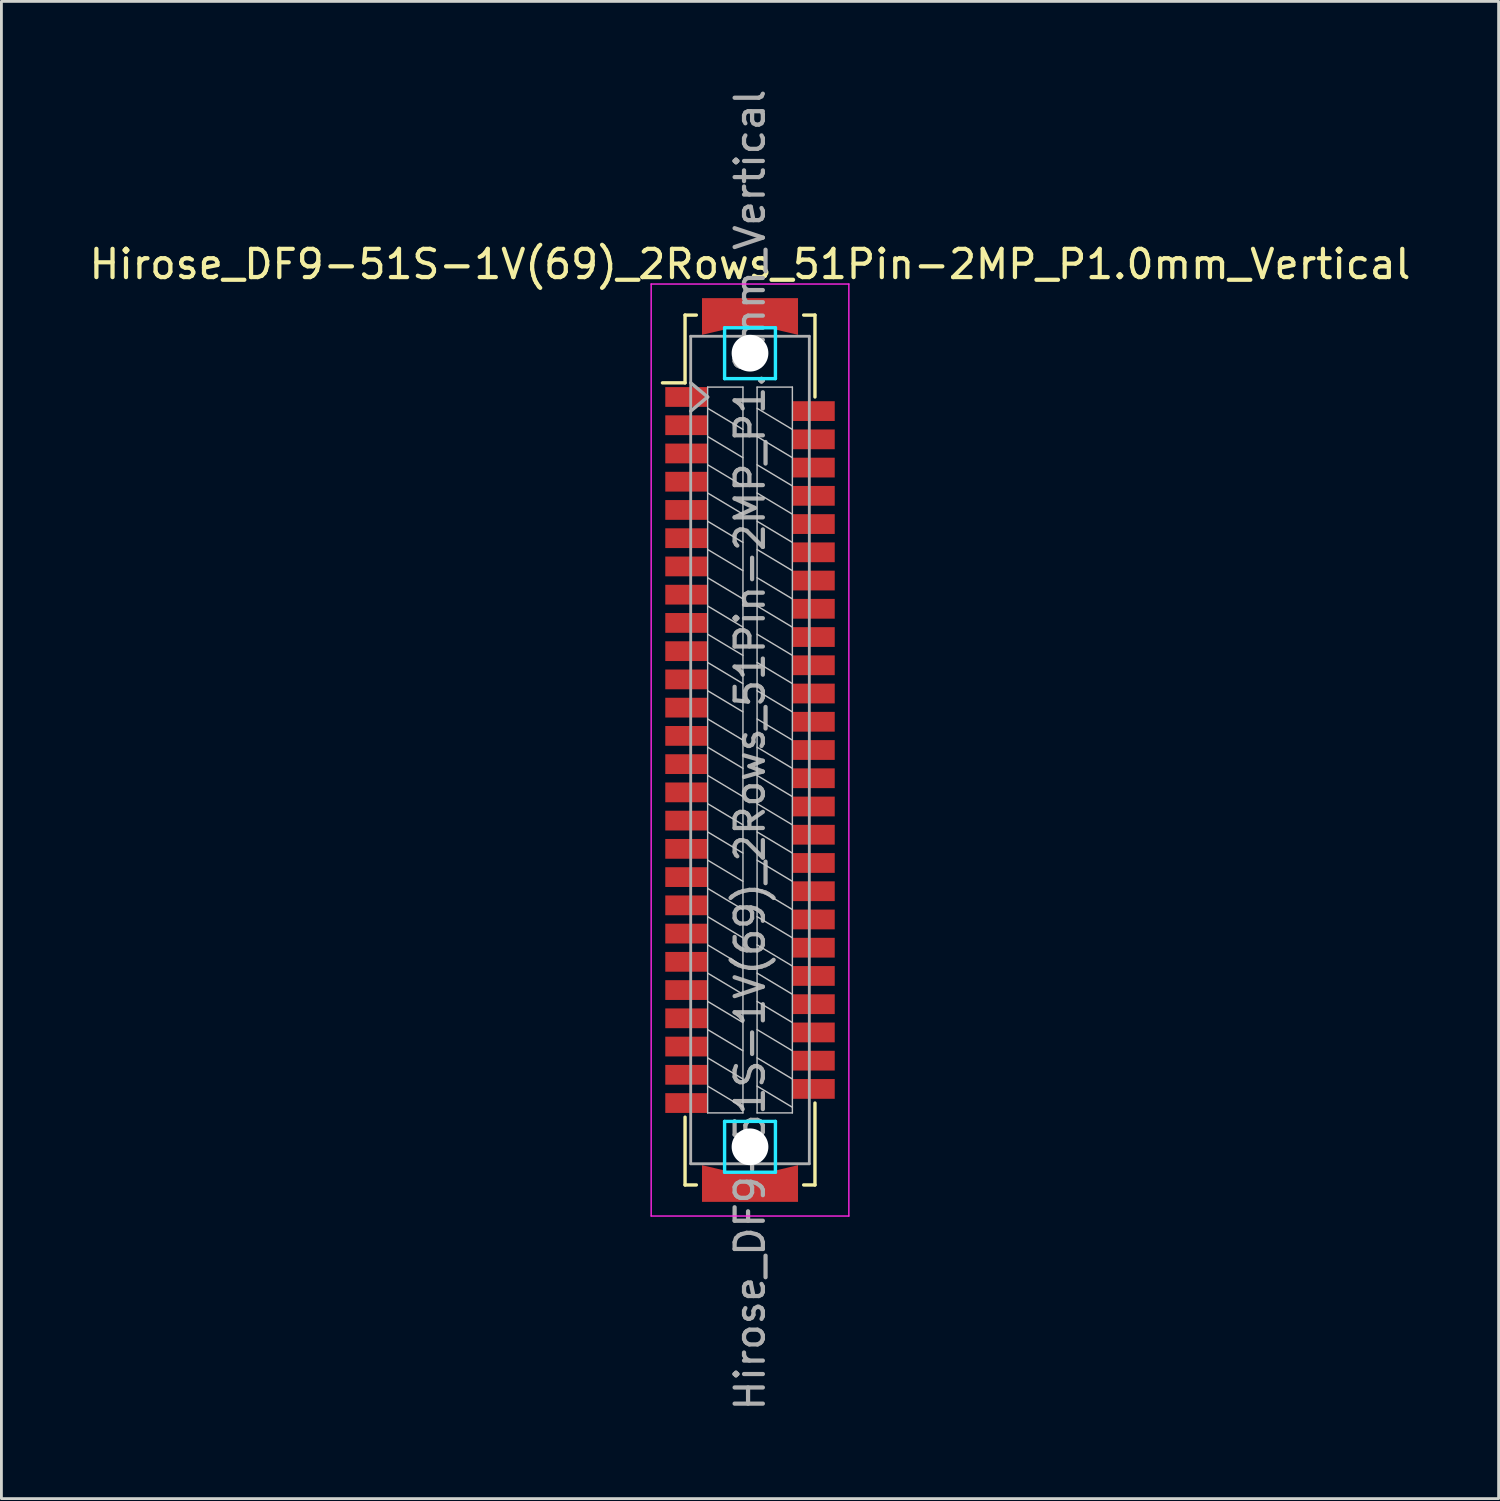
<source format=kicad_pcb>
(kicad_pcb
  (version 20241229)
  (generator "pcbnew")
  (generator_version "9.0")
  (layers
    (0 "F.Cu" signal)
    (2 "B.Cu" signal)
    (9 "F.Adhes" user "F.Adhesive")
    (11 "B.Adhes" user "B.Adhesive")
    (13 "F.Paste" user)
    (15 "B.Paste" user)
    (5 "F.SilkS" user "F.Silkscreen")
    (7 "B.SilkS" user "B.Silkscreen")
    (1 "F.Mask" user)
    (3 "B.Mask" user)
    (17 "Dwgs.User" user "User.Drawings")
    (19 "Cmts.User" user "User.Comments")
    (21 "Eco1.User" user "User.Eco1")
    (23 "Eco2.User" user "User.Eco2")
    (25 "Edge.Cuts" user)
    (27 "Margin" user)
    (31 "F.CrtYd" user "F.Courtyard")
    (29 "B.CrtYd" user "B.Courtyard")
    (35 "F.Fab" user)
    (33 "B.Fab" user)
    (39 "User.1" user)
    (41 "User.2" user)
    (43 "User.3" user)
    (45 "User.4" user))
  (footprint "Hirose_DF9-51S-1V(69)_2Rows_51Pin-2MP_P1.0mm_Vertical"
    (layer "F.Cu")
    (at 23.506 23.506)
    (property "Reference" "Hirose_DF9-51S-1V(69)_2Rows_51Pin-2MP_P1.0mm_Vertical" (at 0 -17.2 0) (layer "F.SilkS") (effects (font (size 1 1) (thickness 0.15))))
    (attr smd)
    (fp_line (start -3.1 -13) (end -2.3 -13) (stroke (width 0.12) (type solid)) (layer "F.SilkS"))
    (fp_line (start -2.3 -15.4) (end -1.9 -15.4) (stroke (width 0.12) (type solid)) (layer "F.SilkS"))
    (fp_line (start -2.3 -13) (end -2.3 -15.4) (stroke (width 0.12) (type solid)) (layer "F.SilkS"))
    (fp_line (start -2.3 13) (end -2.3 15.4) (stroke (width 0.12) (type solid)) (layer "F.SilkS"))
    (fp_line (start -2.3 15.4) (end -1.9 15.4) (stroke (width 0.12) (type solid)) (layer "F.SilkS"))
    (fp_line (start 2.3 -15.4) (end 1.9 -15.4) (stroke (width 0.12) (type solid)) (layer "F.SilkS"))
    (fp_line (start 2.3 -12.5) (end 2.3 -15.4) (stroke (width 0.12) (type solid)) (layer "F.SilkS"))
    (fp_line (start 2.3 12.5) (end 2.3 15.4) (stroke (width 0.12) (type solid)) (layer "F.SilkS"))
    (fp_line (start 2.3 15.4) (end 1.9 15.4) (stroke (width 0.12) (type solid)) (layer "F.SilkS"))
    (fp_line (start -1.5 -12.85) (end -0.25 -12.85) (stroke (width 0.05) (type solid)) (layer "Dwgs.User"))
    (fp_line (start -1.5 12.85) (end -1.5 -12.85) (stroke (width 0.05) (type solid)) (layer "Dwgs.User"))
    (fp_line (start -0.25 -12.85) (end -0.25 12.85) (stroke (width 0.05) (type solid)) (layer "Dwgs.User"))
    (fp_line (start -0.25 -11.35) (end -1.5 -12.1) (stroke (width 0.05) (type solid)) (layer "Dwgs.User"))
    (fp_line (start -0.25 -10.35) (end -1.5 -11.1) (stroke (width 0.05) (type solid)) (layer "Dwgs.User"))
    (fp_line (start -0.25 -9.35) (end -1.5 -10.1) (stroke (width 0.05) (type solid)) (layer "Dwgs.User"))
    (fp_line (start -0.25 -8.35) (end -1.5 -9.1) (stroke (width 0.05) (type solid)) (layer "Dwgs.User"))
    (fp_line (start -0.25 -7.35) (end -1.5 -8.1) (stroke (width 0.05) (type solid)) (layer "Dwgs.User"))
    (fp_line (start -0.25 -6.35) (end -1.5 -7.1) (stroke (width 0.05) (type solid)) (layer "Dwgs.User"))
    (fp_line (start -0.25 -5.35) (end -1.5 -6.1) (stroke (width 0.05) (type solid)) (layer "Dwgs.User"))
    (fp_line (start -0.25 -4.35) (end -1.5 -5.1) (stroke (width 0.05) (type solid)) (layer "Dwgs.User"))
    (fp_line (start -0.25 -3.35) (end -1.5 -4.1) (stroke (width 0.05) (type solid)) (layer "Dwgs.User"))
    (fp_line (start -0.25 -2.35) (end -1.5 -3.1) (stroke (width 0.05) (type solid)) (layer "Dwgs.User"))
    (fp_line (start -0.25 -1.35) (end -1.5 -2.1) (stroke (width 0.05) (type solid)) (layer "Dwgs.User"))
    (fp_line (start -0.25 -0.35) (end -1.5 -1.1) (stroke (width 0.05) (type solid)) (layer "Dwgs.User"))
    (fp_line (start -0.25 0.65) (end -1.5 -0.1) (stroke (width 0.05) (type solid)) (layer "Dwgs.User"))
    (fp_line (start -0.25 1.65) (end -1.5 0.9) (stroke (width 0.05) (type solid)) (layer "Dwgs.User"))
    (fp_line (start -0.25 2.65) (end -1.5 1.9) (stroke (width 0.05) (type solid)) (layer "Dwgs.User"))
    (fp_line (start -0.25 3.65) (end -1.5 2.9) (stroke (width 0.05) (type solid)) (layer "Dwgs.User"))
    (fp_line (start -0.25 4.65) (end -1.5 3.9) (stroke (width 0.05) (type solid)) (layer "Dwgs.User"))
    (fp_line (start -0.25 5.65) (end -1.5 4.9) (stroke (width 0.05) (type solid)) (layer "Dwgs.User"))
    (fp_line (start -0.25 6.65) (end -1.5 5.9) (stroke (width 0.05) (type solid)) (layer "Dwgs.User"))
    (fp_line (start -0.25 7.65) (end -1.5 6.9) (stroke (width 0.05) (type solid)) (layer "Dwgs.User"))
    (fp_line (start -0.25 8.65) (end -1.5 7.9) (stroke (width 0.05) (type solid)) (layer "Dwgs.User"))
    (fp_line (start -0.25 9.65) (end -1.5 8.9) (stroke (width 0.05) (type solid)) (layer "Dwgs.User"))
    (fp_line (start -0.25 10.65) (end -1.5 9.9) (stroke (width 0.05) (type solid)) (layer "Dwgs.User"))
    (fp_line (start -0.25 11.65) (end -1.5 10.9) (stroke (width 0.05) (type solid)) (layer "Dwgs.User"))
    (fp_line (start -0.25 12.65) (end -1.5 11.9) (stroke (width 0.05) (type solid)) (layer "Dwgs.User"))
    (fp_line (start -0.25 12.85) (end -1.5 12.85) (stroke (width 0.05) (type solid)) (layer "Dwgs.User"))
    (fp_line (start 0.25 -12.85) (end 1.5 -12.85) (stroke (width 0.05) (type solid)) (layer "Dwgs.User"))
    (fp_line (start 0.25 12.85) (end 0.25 -12.85) (stroke (width 0.05) (type solid)) (layer "Dwgs.User"))
    (fp_line (start 1.5 -12.85) (end 1.5 12.85) (stroke (width 0.05) (type solid)) (layer "Dwgs.User"))
    (fp_line (start 1.5 -11.35) (end 0.25 -12.1) (stroke (width 0.05) (type solid)) (layer "Dwgs.User"))
    (fp_line (start 1.5 -10.35) (end 0.25 -11.1) (stroke (width 0.05) (type solid)) (layer "Dwgs.User"))
    (fp_line (start 1.5 -9.35) (end 0.25 -10.1) (stroke (width 0.05) (type solid)) (layer "Dwgs.User"))
    (fp_line (start 1.5 -8.35) (end 0.25 -9.1) (stroke (width 0.05) (type solid)) (layer "Dwgs.User"))
    (fp_line (start 1.5 -7.35) (end 0.25 -8.1) (stroke (width 0.05) (type solid)) (layer "Dwgs.User"))
    (fp_line (start 1.5 -6.35) (end 0.25 -7.1) (stroke (width 0.05) (type solid)) (layer "Dwgs.User"))
    (fp_line (start 1.5 -5.35) (end 0.25 -6.1) (stroke (width 0.05) (type solid)) (layer "Dwgs.User"))
    (fp_line (start 1.5 -4.35) (end 0.25 -5.1) (stroke (width 0.05) (type solid)) (layer "Dwgs.User"))
    (fp_line (start 1.5 -3.35) (end 0.25 -4.1) (stroke (width 0.05) (type solid)) (layer "Dwgs.User"))
    (fp_line (start 1.5 -2.35) (end 0.25 -3.1) (stroke (width 0.05) (type solid)) (layer "Dwgs.User"))
    (fp_line (start 1.5 -1.35) (end 0.25 -2.1) (stroke (width 0.05) (type solid)) (layer "Dwgs.User"))
    (fp_line (start 1.5 -0.35) (end 0.25 -1.1) (stroke (width 0.05) (type solid)) (layer "Dwgs.User"))
    (fp_line (start 1.5 0.65) (end 0.25 -0.1) (stroke (width 0.05) (type solid)) (layer "Dwgs.User"))
    (fp_line (start 1.5 1.65) (end 0.25 0.9) (stroke (width 0.05) (type solid)) (layer "Dwgs.User"))
    (fp_line (start 1.5 2.65) (end 0.25 1.9) (stroke (width 0.05) (type solid)) (layer "Dwgs.User"))
    (fp_line (start 1.5 3.65) (end 0.25 2.9) (stroke (width 0.05) (type solid)) (layer "Dwgs.User"))
    (fp_line (start 1.5 4.65) (end 0.25 3.9) (stroke (width 0.05) (type solid)) (layer "Dwgs.User"))
    (fp_line (start 1.5 5.65) (end 0.25 4.9) (stroke (width 0.05) (type solid)) (layer "Dwgs.User"))
    (fp_line (start 1.5 6.65) (end 0.25 5.9) (stroke (width 0.05) (type solid)) (layer "Dwgs.User"))
    (fp_line (start 1.5 7.65) (end 0.25 6.9) (stroke (width 0.05) (type solid)) (layer "Dwgs.User"))
    (fp_line (start 1.5 8.65) (end 0.25 7.9) (stroke (width 0.05) (type solid)) (layer "Dwgs.User"))
    (fp_line (start 1.5 9.65) (end 0.25 8.9) (stroke (width 0.05) (type solid)) (layer "Dwgs.User"))
    (fp_line (start 1.5 10.65) (end 0.25 9.9) (stroke (width 0.05) (type solid)) (layer "Dwgs.User"))
    (fp_line (start 1.5 11.65) (end 0.25 10.9) (stroke (width 0.05) (type solid)) (layer "Dwgs.User"))
    (fp_line (start 1.5 12.65) (end 0.25 11.9) (stroke (width 0.05) (type solid)) (layer "Dwgs.User"))
    (fp_line (start 1.5 12.85) (end 0.25 12.85) (stroke (width 0.05) (type solid)) (layer "Dwgs.User"))
    (fp_line (start -0.9 -14.95) (end 0.9 -14.95) (stroke (width 0.12) (type solid)) (layer "B.CrtYd"))
    (fp_line (start -0.9 -13.15) (end -0.9 -14.95) (stroke (width 0.12) (type solid)) (layer "B.CrtYd"))
    (fp_line (start -0.9 13.15) (end 0.9 13.15) (stroke (width 0.12) (type solid)) (layer "B.CrtYd"))
    (fp_line (start -0.9 14.95) (end -0.9 13.15) (stroke (width 0.12) (type solid)) (layer "B.CrtYd"))
    (fp_line (start 0.9 -14.95) (end 0.9 -13.15) (stroke (width 0.12) (type solid)) (layer "B.CrtYd"))
    (fp_line (start 0.9 -13.15) (end -0.9 -13.15) (stroke (width 0.12) (type solid)) (layer "B.CrtYd"))
    (fp_line (start 0.9 13.15) (end 0.9 14.95) (stroke (width 0.12) (type solid)) (layer "B.CrtYd"))
    (fp_line (start 0.9 14.95) (end -0.9 14.95) (stroke (width 0.12) (type solid)) (layer "B.CrtYd"))
    (fp_line (start -3.5 -16.5) (end 3.5 -16.5) (stroke (width 0.05) (type solid)) (layer "F.CrtYd"))
    (fp_line (start -3.5 16.5) (end -3.5 -16.5) (stroke (width 0.05) (type solid)) (layer "F.CrtYd"))
    (fp_line (start 3.5 -16.5) (end 3.5 16.5) (stroke (width 0.05) (type solid)) (layer "F.CrtYd"))
    (fp_line (start 3.5 16.5) (end -3.5 16.5) (stroke (width 0.05) (type solid)) (layer "F.CrtYd"))
    (fp_line (start -2.1 -14.65) (end 2.1 -14.65) (stroke (width 0.1) (type solid)) (layer "F.Fab"))
    (fp_line (start -2.1 -13) (end -1.5 -12.5) (stroke (width 0.12) (type solid)) (layer "F.Fab"))
    (fp_line (start -2.1 14.65) (end -2.1 -14.65) (stroke (width 0.1) (type solid)) (layer "F.Fab"))
    (fp_line (start -1.5 -12.5) (end -2.1 -12) (stroke (width 0.12) (type solid)) (layer "F.Fab"))
    (fp_line (start 2.1 -14.65) (end 2.1 14.65) (stroke (width 0.1) (type solid)) (layer "F.Fab"))
    (fp_line (start 2.1 14.65) (end -2.1 14.65) (stroke (width 0.1) (type solid)) (layer "F.Fab"))
    (fp_text user "${REFERENCE}" (at 0 0 270) (layer "F.Fab") (effects (font (size 1 1) (thickness 0.15))))
    (pad "" np_thru_hole circle (at 0 -14.05 270) (size 1.3 1.3) (drill 1.3) (layers "*.Cu" "*.Mask"))
    (pad "" np_thru_hole circle (at 0 14.05 270) (size 1.3 1.3) (drill 1.3) (layers "*.Cu" "*.Mask"))
    (pad "1" smd rect (at -2.25 -12.5 270) (size 0.7 1.5) (layers "F.Cu" "F.Mask" "F.Paste"))
    (pad "2" smd rect (at 2.25 -12 270) (size 0.7 1.5) (layers "F.Cu" "F.Mask" "F.Paste"))
    (pad "3" smd rect (at -2.25 -11.5 270) (size 0.7 1.5) (layers "F.Cu" "F.Mask" "F.Paste"))
    (pad "4" smd rect (at 2.25 -11 270) (size 0.7 1.5) (layers "F.Cu" "F.Mask" "F.Paste"))
    (pad "5" smd rect (at -2.25 -10.5 270) (size 0.7 1.5) (layers "F.Cu" "F.Mask" "F.Paste"))
    (pad "6" smd rect (at 2.25 -10 270) (size 0.7 1.5) (layers "F.Cu" "F.Mask" "F.Paste"))
    (pad "7" smd rect (at -2.25 -9.5 270) (size 0.7 1.5) (layers "F.Cu" "F.Mask" "F.Paste"))
    (pad "8" smd rect (at 2.25 -9 270) (size 0.7 1.5) (layers "F.Cu" "F.Mask" "F.Paste"))
    (pad "9" smd rect (at -2.25 -8.5 270) (size 0.7 1.5) (layers "F.Cu" "F.Mask" "F.Paste"))
    (pad "10" smd rect (at 2.25 -8 270) (size 0.7 1.5) (layers "F.Cu" "F.Mask" "F.Paste"))
    (pad "11" smd rect (at -2.25 -7.5 270) (size 0.7 1.5) (layers "F.Cu" "F.Mask" "F.Paste"))
    (pad "12" smd rect (at 2.25 -7 270) (size 0.7 1.5) (layers "F.Cu" "F.Mask" "F.Paste"))
    (pad "13" smd rect (at -2.25 -6.5 270) (size 0.7 1.5) (layers "F.Cu" "F.Mask" "F.Paste"))
    (pad "14" smd rect (at 2.25 -6 270) (size 0.7 1.5) (layers "F.Cu" "F.Mask" "F.Paste"))
    (pad "15" smd rect (at -2.25 -5.5 270) (size 0.7 1.5) (layers "F.Cu" "F.Mask" "F.Paste"))
    (pad "16" smd rect (at 2.25 -5 270) (size 0.7 1.5) (layers "F.Cu" "F.Mask" "F.Paste"))
    (pad "17" smd rect (at -2.25 -4.5 270) (size 0.7 1.5) (layers "F.Cu" "F.Mask" "F.Paste"))
    (pad "18" smd rect (at 2.25 -4 270) (size 0.7 1.5) (layers "F.Cu" "F.Mask" "F.Paste"))
    (pad "19" smd rect (at -2.25 -3.5 270) (size 0.7 1.5) (layers "F.Cu" "F.Mask" "F.Paste"))
    (pad "20" smd rect (at 2.25 -3 270) (size 0.7 1.5) (layers "F.Cu" "F.Mask" "F.Paste"))
    (pad "21" smd rect (at -2.25 -2.5 270) (size 0.7 1.5) (layers "F.Cu" "F.Mask" "F.Paste"))
    (pad "22" smd rect (at 2.25 -2 270) (size 0.7 1.5) (layers "F.Cu" "F.Mask" "F.Paste"))
    (pad "23" smd rect (at -2.25 -1.5 270) (size 0.7 1.5) (layers "F.Cu" "F.Mask" "F.Paste"))
    (pad "24" smd rect (at 2.25 -1 270) (size 0.7 1.5) (layers "F.Cu" "F.Mask" "F.Paste"))
    (pad "25" smd rect (at -2.25 -0.5 270) (size 0.7 1.5) (layers "F.Cu" "F.Mask" "F.Paste"))
    (pad "26" smd rect (at 2.25 0 270) (size 0.7 1.5) (layers "F.Cu" "F.Mask" "F.Paste"))
    (pad "27" smd rect (at -2.25 0.5 270) (size 0.7 1.5) (layers "F.Cu" "F.Mask" "F.Paste"))
    (pad "28" smd rect (at 2.25 1 270) (size 0.7 1.5) (layers "F.Cu" "F.Mask" "F.Paste"))
    (pad "29" smd rect (at -2.25 1.5 270) (size 0.7 1.5) (layers "F.Cu" "F.Mask" "F.Paste"))
    (pad "30" smd rect (at 2.25 2 270) (size 0.7 1.5) (layers "F.Cu" "F.Mask" "F.Paste"))
    (pad "31" smd rect (at -2.25 2.5 270) (size 0.7 1.5) (layers "F.Cu" "F.Mask" "F.Paste"))
    (pad "32" smd rect (at 2.25 3 270) (size 0.7 1.5) (layers "F.Cu" "F.Mask" "F.Paste"))
    (pad "33" smd rect (at -2.25 3.5 270) (size 0.7 1.5) (layers "F.Cu" "F.Mask" "F.Paste"))
    (pad "34" smd rect (at 2.25 4 270) (size 0.7 1.5) (layers "F.Cu" "F.Mask" "F.Paste"))
    (pad "35" smd rect (at -2.25 4.5 270) (size 0.7 1.5) (layers "F.Cu" "F.Mask" "F.Paste"))
    (pad "36" smd rect (at 2.25 5 270) (size 0.7 1.5) (layers "F.Cu" "F.Mask" "F.Paste"))
    (pad "37" smd rect (at -2.25 5.5 270) (size 0.7 1.5) (layers "F.Cu" "F.Mask" "F.Paste"))
    (pad "38" smd rect (at 2.25 6 270) (size 0.7 1.5) (layers "F.Cu" "F.Mask" "F.Paste"))
    (pad "39" smd rect (at -2.25 6.5 270) (size 0.7 1.5) (layers "F.Cu" "F.Mask" "F.Paste"))
    (pad "40" smd rect (at 2.25 7 270) (size 0.7 1.5) (layers "F.Cu" "F.Mask" "F.Paste"))
    (pad "41" smd rect (at -2.25 7.5 270) (size 0.7 1.5) (layers "F.Cu" "F.Mask" "F.Paste"))
    (pad "42" smd rect (at 2.25 8 270) (size 0.7 1.5) (layers "F.Cu" "F.Mask" "F.Paste"))
    (pad "43" smd rect (at -2.25 8.5 270) (size 0.7 1.5) (layers "F.Cu" "F.Mask" "F.Paste"))
    (pad "44" smd rect (at 2.25 9 270) (size 0.7 1.5) (layers "F.Cu" "F.Mask" "F.Paste"))
    (pad "45" smd rect (at -2.25 9.5 270) (size 0.7 1.5) (layers "F.Cu" "F.Mask" "F.Paste"))
    (pad "46" smd rect (at 2.25 10 270) (size 0.7 1.5) (layers "F.Cu" "F.Mask" "F.Paste"))
    (pad "47" smd rect (at -2.25 10.5 270) (size 0.7 1.5) (layers "F.Cu" "F.Mask" "F.Paste"))
    (pad "48" smd rect (at 2.25 11 270) (size 0.7 1.5) (layers "F.Cu" "F.Mask" "F.Paste"))
    (pad "49" smd rect (at -2.25 11.5 270) (size 0.7 1.5) (layers "F.Cu" "F.Mask" "F.Paste"))
    (pad "50" smd rect (at 2.25 12 270) (size 0.7 1.5) (layers "F.Cu" "F.Mask" "F.Paste"))
    (pad "51" smd rect (at -2.25 12.5 270) (size 0.7 1.5) (layers "F.Cu" "F.Mask" "F.Paste"))
    (pad "MP" smd custom (at 0 -15.5) (size 1 1) (layers "F.Cu" "F.Mask" "F.Paste") (options (anchor rect)) (primitives (gr_poly (pts (xy 1.7 0.8) (xy 0 0.4) (xy -1.7 0.8) (xy -1.7 -0.5) (xy 1.7 -0.5)) (width 0) (fill yes))))
    (pad "MP" smd custom (at 0 15.5 180) (size 1 1) (layers "F.Cu" "F.Mask" "F.Paste") (options (anchor rect)) (primitives (gr_poly (pts (xy 1.7 0.8) (xy 0 0.4) (xy -1.7 0.8) (xy -1.7 -0.5) (xy 1.7 -0.5)) (width 0) (fill yes)))))
  (gr_rect
    (start -3 -3)
    (end 50.012 50.012)
    (stroke (width 0.1) (type default))
    (fill no)
    (layer "Edge.Cuts")))
</source>
